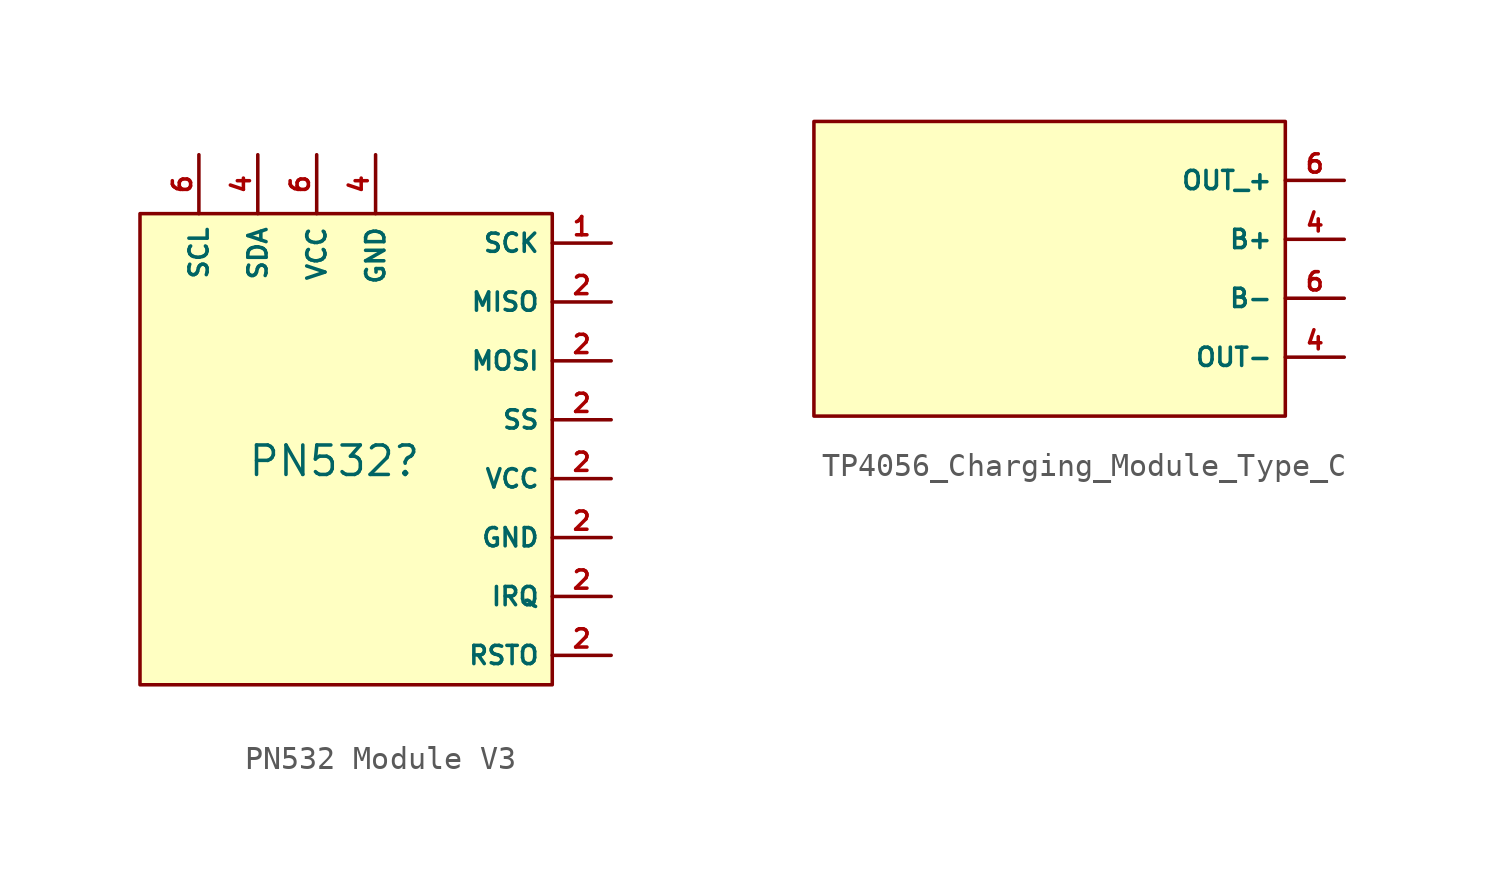
<source format=kicad_sym>
(kicad_symbol_lib
  (version 20241209)
  (generator "kicad_symbol_editor")
  (generator_version "9.0")
  (symbol "PN532 Module V3"
    (property "Reference" "PN532"
      (at -0.508 -0.508 0)
      (effects (font (size 1.27 1.27))))
    (property "Value" ""
      (at 0 0 0)
      (effects (font (size 1.27 1.27))))
    (symbol "PN532 Module V3_1_0"
      (rectangle (start -8.89 10.16) (end 8.89 -10.16) (stroke (width 0) (type solid)) (fill (type background))))
    (symbol "PN532 Module V3_1_1"
      (pin bidirectional line (at -6.35 12.7 270) (length 2.54) (name "SCL" (effects (font (size 0.787 0.787)))) (number "6" (effects (font (size 0.787 0.787)))))
      (pin bidirectional line (at -3.81 12.7 270) (length 2.54) (name "SDA" (effects (font (size 0.787 0.787)))) (number "4" (effects (font (size 0.787 0.787)))))
      (pin power_in line (at -1.27 12.7 270) (length 2.54) (name "VCC" (effects (font (size 0.787 0.787)))) (number "6" (effects (font (size 0.787 0.787)))))
      (pin power_in line (at 1.27 12.7 270) (length 2.54) (name "GND" (effects (font (size 0.787 0.787)))) (number "4" (effects (font (size 0.787 0.787)))))
      (pin bidirectional line (at 11.43 8.89 180) (length 2.54) (name "SCK" (effects (font (size 0.787 0.787)))) (number "1" (effects (font (size 0.787 0.787)))))
      (pin bidirectional line (at 11.43 6.35 180) (length 2.54) (name "MISO" (effects (font (size 0.787 0.787)))) (number "2" (effects (font (size 0.787 0.787)))))
      (pin bidirectional line (at 11.43 3.81 180) (length 2.54) (name "MOSI" (effects (font (size 0.787 0.787)))) (number "2" (effects (font (size 0.787 0.787)))))
      (pin bidirectional line (at 11.43 1.27 180) (length 2.54) (name "SS" (effects (font (size 0.787 0.787)))) (number "2" (effects (font (size 0.787 0.787)))))
      (pin power_in line (at 11.43 -1.27 180) (length 2.54) (name "VCC" (effects (font (size 0.787 0.787)))) (number "2" (effects (font (size 0.787 0.787)))))
      (pin power_in line (at 11.43 -3.81 180) (length 2.54) (name "GND" (effects (font (size 0.787 0.787)))) (number "2" (effects (font (size 0.787 0.787)))))
      (pin bidirectional line (at 11.43 -6.35 180) (length 2.54) (name "IRQ" (effects (font (size 0.787 0.787)))) (number "2" (effects (font (size 0.787 0.787)))))
      (pin bidirectional line (at 11.43 -8.89 180) (length 2.54) (name "RSTO" (effects (font (size 0.787 0.787)))) (number "2" (effects (font (size 0.787 0.787)))))))
  (symbol "TP4056_Charging_Module_Type_C"
    (property "Reference" "U"
      (at 0 -1.27 90)
      (effects (font (size 1.27 1.27)) (hide yes)))
    (property "Value" ""
      (at 0 0 0)
      (effects (font (size 1.27 1.27))))
    (symbol "TP4056_Charging_Module_Type_C_1_0"
      (rectangle (start -10.16 6.35) (end 10.16 -6.35) (stroke (width 0) (type solid)) (fill (type background))))
    (symbol "TP4056_Charging_Module_Type_C_1_1"
      (pin power_out line (at 12.7 3.81 180) (length 2.54) (name "OUT_+" (effects (font (size 0.787 0.787)))) (number "6" (effects (font (size 0.787 0.787)))))
      (pin power_in line (at 12.7 1.27 180) (length 2.54) (name "B+" (effects (font (size 0.787 0.787)))) (number "4" (effects (font (size 0.787 0.787)))))
      (pin power_in line (at 12.7 -1.27 180) (length 2.54) (name "B-" (effects (font (size 0.787 0.787)))) (number "6" (effects (font (size 0.787 0.787)))))
      (pin power_out line (at 12.7 -3.81 180) (length 2.54) (name "OUT-" (effects (font (size 0.787 0.787)))) (number "4" (effects (font (size 0.787 0.787))))))))
</source>
